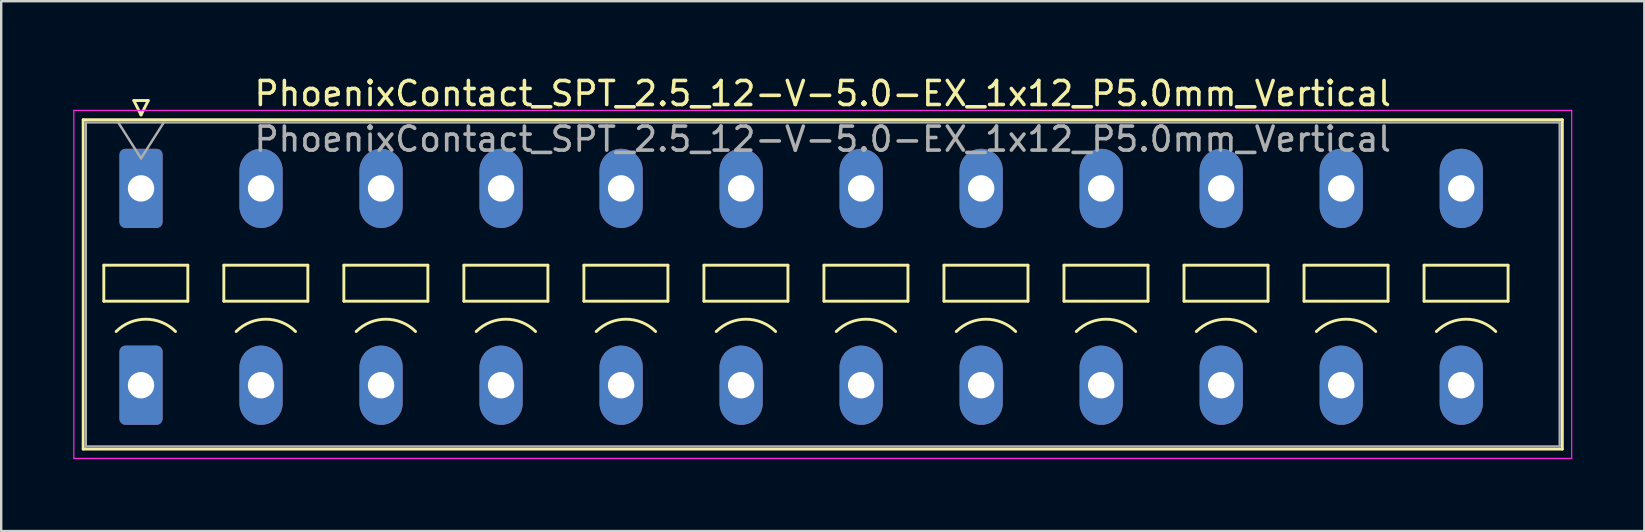
<source format=kicad_pcb>
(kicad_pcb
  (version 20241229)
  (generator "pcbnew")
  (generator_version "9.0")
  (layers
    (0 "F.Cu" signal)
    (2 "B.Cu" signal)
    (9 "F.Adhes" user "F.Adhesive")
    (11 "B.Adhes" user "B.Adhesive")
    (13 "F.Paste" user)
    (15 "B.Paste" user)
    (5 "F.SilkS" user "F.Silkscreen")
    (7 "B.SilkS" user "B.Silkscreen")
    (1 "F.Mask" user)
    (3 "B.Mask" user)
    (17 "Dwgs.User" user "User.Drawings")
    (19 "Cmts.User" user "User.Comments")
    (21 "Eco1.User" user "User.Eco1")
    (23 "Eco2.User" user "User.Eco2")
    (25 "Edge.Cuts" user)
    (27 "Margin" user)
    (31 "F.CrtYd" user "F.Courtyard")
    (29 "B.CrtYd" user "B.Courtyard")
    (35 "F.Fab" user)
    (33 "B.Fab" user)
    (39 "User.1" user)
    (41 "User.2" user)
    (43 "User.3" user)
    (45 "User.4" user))
  (footprint "PhoenixContact_SPT_2.5_12-V-5.0-EX_1x12_P5.0mm_Vertical"
    (layer "F.Cu")
    (at 2.825 4.798)
    (property "Reference" "PhoenixContact_SPT_2.5_12-V-5.0-EX_1x12_P5.0mm_Vertical" (at 28.4 -3.95 0) (layer "F.SilkS") (effects (font (size 1 1) (thickness 0.15))))
    (attr through_hole)
    (fp_line (start -2.41 -2.86) (end 59.21 -2.86) (stroke (width 0.12) (type solid)) (layer "F.SilkS"))
    (fp_line (start -2.41 10.86) (end -2.41 -2.86) (stroke (width 0.12) (type solid)) (layer "F.SilkS"))
    (fp_line (start -1.55 3.2) (end -1.55 4.7) (stroke (width 0.12) (type solid)) (layer "F.SilkS"))
    (fp_line (start -1.55 4.7) (end 1.95 4.7) (stroke (width 0.12) (type solid)) (layer "F.SilkS"))
    (fp_line (start -0.3 -3.66) (end 0 -3.06) (stroke (width 0.12) (type solid)) (layer "F.SilkS"))
    (fp_line (start -0.3 -3.66) (end 0.3 -3.66) (stroke (width 0.12) (type solid)) (layer "F.SilkS"))
    (fp_line (start 0.3 -3.66) (end 0 -3.06) (stroke (width 0.12) (type solid)) (layer "F.SilkS"))
    (fp_line (start 1.95 3.2) (end -1.55 3.2) (stroke (width 0.12) (type solid)) (layer "F.SilkS"))
    (fp_line (start 1.95 4.7) (end 1.95 3.2) (stroke (width 0.12) (type solid)) (layer "F.SilkS"))
    (fp_line (start 3.45 3.2) (end 3.45 4.7) (stroke (width 0.12) (type solid)) (layer "F.SilkS"))
    (fp_line (start 3.45 4.7) (end 6.95 4.7) (stroke (width 0.12) (type solid)) (layer "F.SilkS"))
    (fp_line (start 6.95 3.2) (end 3.45 3.2) (stroke (width 0.12) (type solid)) (layer "F.SilkS"))
    (fp_line (start 6.95 4.7) (end 6.95 3.2) (stroke (width 0.12) (type solid)) (layer "F.SilkS"))
    (fp_line (start 8.45 3.2) (end 8.45 4.7) (stroke (width 0.12) (type solid)) (layer "F.SilkS"))
    (fp_line (start 8.45 4.7) (end 11.95 4.7) (stroke (width 0.12) (type solid)) (layer "F.SilkS"))
    (fp_line (start 11.95 3.2) (end 8.45 3.2) (stroke (width 0.12) (type solid)) (layer "F.SilkS"))
    (fp_line (start 11.95 4.7) (end 11.95 3.2) (stroke (width 0.12) (type solid)) (layer "F.SilkS"))
    (fp_line (start 13.45 3.2) (end 13.45 4.7) (stroke (width 0.12) (type solid)) (layer "F.SilkS"))
    (fp_line (start 13.45 4.7) (end 16.95 4.7) (stroke (width 0.12) (type solid)) (layer "F.SilkS"))
    (fp_line (start 16.95 3.2) (end 13.45 3.2) (stroke (width 0.12) (type solid)) (layer "F.SilkS"))
    (fp_line (start 16.95 4.7) (end 16.95 3.2) (stroke (width 0.12) (type solid)) (layer "F.SilkS"))
    (fp_line (start 18.45 3.2) (end 18.45 4.7) (stroke (width 0.12) (type solid)) (layer "F.SilkS"))
    (fp_line (start 18.45 4.7) (end 21.95 4.7) (stroke (width 0.12) (type solid)) (layer "F.SilkS"))
    (fp_line (start 21.95 3.2) (end 18.45 3.2) (stroke (width 0.12) (type solid)) (layer "F.SilkS"))
    (fp_line (start 21.95 4.7) (end 21.95 3.2) (stroke (width 0.12) (type solid)) (layer "F.SilkS"))
    (fp_line (start 23.45 3.2) (end 23.45 4.7) (stroke (width 0.12) (type solid)) (layer "F.SilkS"))
    (fp_line (start 23.45 4.7) (end 26.95 4.7) (stroke (width 0.12) (type solid)) (layer "F.SilkS"))
    (fp_line (start 26.95 3.2) (end 23.45 3.2) (stroke (width 0.12) (type solid)) (layer "F.SilkS"))
    (fp_line (start 26.95 4.7) (end 26.95 3.2) (stroke (width 0.12) (type solid)) (layer "F.SilkS"))
    (fp_line (start 28.45 3.2) (end 28.45 4.7) (stroke (width 0.12) (type solid)) (layer "F.SilkS"))
    (fp_line (start 28.45 4.7) (end 31.95 4.7) (stroke (width 0.12) (type solid)) (layer "F.SilkS"))
    (fp_line (start 31.95 3.2) (end 28.45 3.2) (stroke (width 0.12) (type solid)) (layer "F.SilkS"))
    (fp_line (start 31.95 4.7) (end 31.95 3.2) (stroke (width 0.12) (type solid)) (layer "F.SilkS"))
    (fp_line (start 33.45 3.2) (end 33.45 4.7) (stroke (width 0.12) (type solid)) (layer "F.SilkS"))
    (fp_line (start 33.45 4.7) (end 36.95 4.7) (stroke (width 0.12) (type solid)) (layer "F.SilkS"))
    (fp_line (start 36.95 3.2) (end 33.45 3.2) (stroke (width 0.12) (type solid)) (layer "F.SilkS"))
    (fp_line (start 36.95 4.7) (end 36.95 3.2) (stroke (width 0.12) (type solid)) (layer "F.SilkS"))
    (fp_line (start 38.45 3.2) (end 38.45 4.7) (stroke (width 0.12) (type solid)) (layer "F.SilkS"))
    (fp_line (start 38.45 4.7) (end 41.95 4.7) (stroke (width 0.12) (type solid)) (layer "F.SilkS"))
    (fp_line (start 41.95 3.2) (end 38.45 3.2) (stroke (width 0.12) (type solid)) (layer "F.SilkS"))
    (fp_line (start 41.95 4.7) (end 41.95 3.2) (stroke (width 0.12) (type solid)) (layer "F.SilkS"))
    (fp_line (start 43.45 3.2) (end 43.45 4.7) (stroke (width 0.12) (type solid)) (layer "F.SilkS"))
    (fp_line (start 43.45 4.7) (end 46.95 4.7) (stroke (width 0.12) (type solid)) (layer "F.SilkS"))
    (fp_line (start 46.95 3.2) (end 43.45 3.2) (stroke (width 0.12) (type solid)) (layer "F.SilkS"))
    (fp_line (start 46.95 4.7) (end 46.95 3.2) (stroke (width 0.12) (type solid)) (layer "F.SilkS"))
    (fp_line (start 48.45 3.2) (end 48.45 4.7) (stroke (width 0.12) (type solid)) (layer "F.SilkS"))
    (fp_line (start 48.45 4.7) (end 51.95 4.7) (stroke (width 0.12) (type solid)) (layer "F.SilkS"))
    (fp_line (start 51.95 3.2) (end 48.45 3.2) (stroke (width 0.12) (type solid)) (layer "F.SilkS"))
    (fp_line (start 51.95 4.7) (end 51.95 3.2) (stroke (width 0.12) (type solid)) (layer "F.SilkS"))
    (fp_line (start 53.45 3.2) (end 53.45 4.7) (stroke (width 0.12) (type solid)) (layer "F.SilkS"))
    (fp_line (start 53.45 4.7) (end 56.95 4.7) (stroke (width 0.12) (type solid)) (layer "F.SilkS"))
    (fp_line (start 56.95 3.2) (end 53.45 3.2) (stroke (width 0.12) (type solid)) (layer "F.SilkS"))
    (fp_line (start 56.95 4.7) (end 56.95 3.2) (stroke (width 0.12) (type solid)) (layer "F.SilkS"))
    (fp_line (start 59.21 -2.86) (end 59.21 10.86) (stroke (width 0.12) (type solid)) (layer "F.SilkS"))
    (fp_line (start 59.21 10.86) (end -2.41 10.86) (stroke (width 0.12) (type solid)) (layer "F.SilkS"))
    (fp_arc (start -1.037437 5.962563) (mid 0.2 5.45) (end 1.437437 5.962563) (stroke (width 0.12) (type solid)) (layer "F.SilkS"))
    (fp_arc (start 3.962563 5.962563) (mid 5.2 5.45) (end 6.437437 5.962563) (stroke (width 0.12) (type solid)) (layer "F.SilkS"))
    (fp_arc (start 8.962563 5.962563) (mid 10.2 5.45) (end 11.437437 5.962563) (stroke (width 0.12) (type solid)) (layer "F.SilkS"))
    (fp_arc (start 13.962563 5.962563) (mid 15.2 5.45) (end 16.437437 5.962563) (stroke (width 0.12) (type solid)) (layer "F.SilkS"))
    (fp_arc (start 18.962563 5.962563) (mid 20.2 5.45) (end 21.437437 5.962563) (stroke (width 0.12) (type solid)) (layer "F.SilkS"))
    (fp_arc (start 23.962563 5.962563) (mid 25.2 5.45) (end 26.437437 5.962563) (stroke (width 0.12) (type solid)) (layer "F.SilkS"))
    (fp_arc (start 28.962563 5.962563) (mid 30.2 5.45) (end 31.437437 5.962563) (stroke (width 0.12) (type solid)) (layer "F.SilkS"))
    (fp_arc (start 33.962563 5.962563) (mid 35.2 5.45) (end 36.437437 5.962563) (stroke (width 0.12) (type solid)) (layer "F.SilkS"))
    (fp_arc (start 38.962563 5.962563) (mid 40.2 5.45) (end 41.437437 5.962563) (stroke (width 0.12) (type solid)) (layer "F.SilkS"))
    (fp_arc (start 43.962563 5.962563) (mid 45.2 5.45) (end 46.437437 5.962563) (stroke (width 0.12) (type solid)) (layer "F.SilkS"))
    (fp_arc (start 48.962563 5.962563) (mid 50.2 5.45) (end 51.437437 5.962563) (stroke (width 0.12) (type solid)) (layer "F.SilkS"))
    (fp_arc (start 53.962563 5.962563) (mid 55.2 5.45) (end 56.437437 5.962563) (stroke (width 0.12) (type solid)) (layer "F.SilkS"))
    (fp_line (start -2.8 -3.25) (end -2.8 11.25) (stroke (width 0.05) (type solid)) (layer "F.CrtYd"))
    (fp_line (start -2.8 11.25) (end 59.6 11.25) (stroke (width 0.05) (type solid)) (layer "F.CrtYd"))
    (fp_line (start 59.6 -3.25) (end -2.8 -3.25) (stroke (width 0.05) (type solid)) (layer "F.CrtYd"))
    (fp_line (start 59.6 11.25) (end 59.6 -3.25) (stroke (width 0.05) (type solid)) (layer "F.CrtYd"))
    (fp_line (start -2.3 -2.75) (end -2.3 10.75) (stroke (width 0.1) (type solid)) (layer "F.Fab"))
    (fp_line (start -2.3 10.75) (end 59.1 10.75) (stroke (width 0.1) (type solid)) (layer "F.Fab"))
    (fp_line (start -0.95 -2.75) (end 0 -1.25) (stroke (width 0.1) (type solid)) (layer "F.Fab"))
    (fp_line (start 0.95 -2.75) (end 0 -1.25) (stroke (width 0.1) (type solid)) (layer "F.Fab"))
    (fp_line (start 59.1 -2.75) (end -2.3 -2.75) (stroke (width 0.1) (type solid)) (layer "F.Fab"))
    (fp_line (start 59.1 10.75) (end 59.1 -2.75) (stroke (width 0.1) (type solid)) (layer "F.Fab"))
    (fp_text user "${REFERENCE}" (at 28.4 -2.05 0) (layer "F.Fab") (effects (font (size 1 1) (thickness 0.15))))
    (pad "1" thru_hole roundrect (at 0 0) (size 1.8 3.3) (drill 1.1) (layers "*.Cu" "*.Mask") (roundrect_rratio 0.139))
    (pad "1" thru_hole roundrect (at 0 8.2) (size 1.8 3.3) (drill 1.1) (layers "*.Cu" "*.Mask") (roundrect_rratio 0.139))
    (pad "2" thru_hole oval (at 5 0) (size 1.8 3.3) (drill 1.1) (layers "*.Cu" "*.Mask"))
    (pad "2" thru_hole oval (at 5 8.2) (size 1.8 3.3) (drill 1.1) (layers "*.Cu" "*.Mask"))
    (pad "3" thru_hole oval (at 10 0) (size 1.8 3.3) (drill 1.1) (layers "*.Cu" "*.Mask"))
    (pad "3" thru_hole oval (at 10 8.2) (size 1.8 3.3) (drill 1.1) (layers "*.Cu" "*.Mask"))
    (pad "4" thru_hole oval (at 15 0) (size 1.8 3.3) (drill 1.1) (layers "*.Cu" "*.Mask"))
    (pad "4" thru_hole oval (at 15 8.2) (size 1.8 3.3) (drill 1.1) (layers "*.Cu" "*.Mask"))
    (pad "5" thru_hole oval (at 20 0) (size 1.8 3.3) (drill 1.1) (layers "*.Cu" "*.Mask"))
    (pad "5" thru_hole oval (at 20 8.2) (size 1.8 3.3) (drill 1.1) (layers "*.Cu" "*.Mask"))
    (pad "6" thru_hole oval (at 25 0) (size 1.8 3.3) (drill 1.1) (layers "*.Cu" "*.Mask"))
    (pad "6" thru_hole oval (at 25 8.2) (size 1.8 3.3) (drill 1.1) (layers "*.Cu" "*.Mask"))
    (pad "7" thru_hole oval (at 30 0) (size 1.8 3.3) (drill 1.1) (layers "*.Cu" "*.Mask"))
    (pad "7" thru_hole oval (at 30 8.2) (size 1.8 3.3) (drill 1.1) (layers "*.Cu" "*.Mask"))
    (pad "8" thru_hole oval (at 35 0) (size 1.8 3.3) (drill 1.1) (layers "*.Cu" "*.Mask"))
    (pad "8" thru_hole oval (at 35 8.2) (size 1.8 3.3) (drill 1.1) (layers "*.Cu" "*.Mask"))
    (pad "9" thru_hole oval (at 40 0) (size 1.8 3.3) (drill 1.1) (layers "*.Cu" "*.Mask"))
    (pad "9" thru_hole oval (at 40 8.2) (size 1.8 3.3) (drill 1.1) (layers "*.Cu" "*.Mask"))
    (pad "10" thru_hole oval (at 45 0) (size 1.8 3.3) (drill 1.1) (layers "*.Cu" "*.Mask"))
    (pad "10" thru_hole oval (at 45 8.2) (size 1.8 3.3) (drill 1.1) (layers "*.Cu" "*.Mask"))
    (pad "11" thru_hole oval (at 50 0) (size 1.8 3.3) (drill 1.1) (layers "*.Cu" "*.Mask"))
    (pad "11" thru_hole oval (at 50 8.2) (size 1.8 3.3) (drill 1.1) (layers "*.Cu" "*.Mask"))
    (pad "12" thru_hole oval (at 55 0) (size 1.8 3.3) (drill 1.1) (layers "*.Cu" "*.Mask"))
    (pad "12" thru_hole oval (at 55 8.2) (size 1.8 3.3) (drill 1.1) (layers "*.Cu" "*.Mask")))
  (gr_rect
    (start -3 -3)
    (end 65.45 19.073)
    (stroke (width 0.1) (type default))
    (fill no)
    (layer "Edge.Cuts")))
</source>
